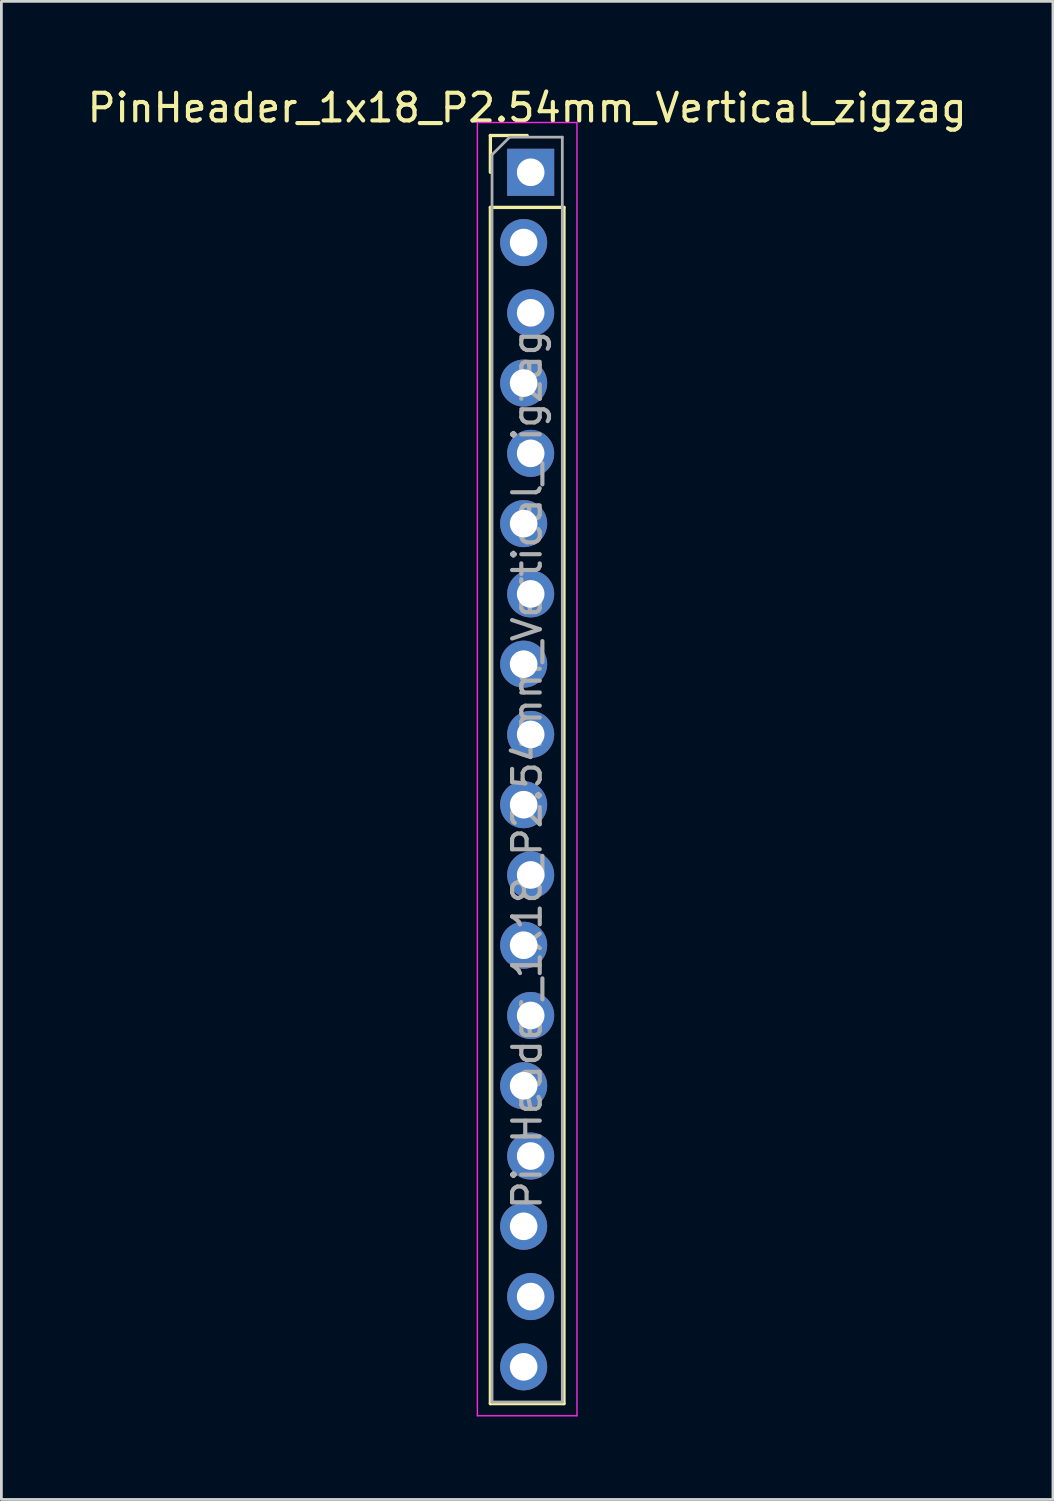
<source format=kicad_pcb>
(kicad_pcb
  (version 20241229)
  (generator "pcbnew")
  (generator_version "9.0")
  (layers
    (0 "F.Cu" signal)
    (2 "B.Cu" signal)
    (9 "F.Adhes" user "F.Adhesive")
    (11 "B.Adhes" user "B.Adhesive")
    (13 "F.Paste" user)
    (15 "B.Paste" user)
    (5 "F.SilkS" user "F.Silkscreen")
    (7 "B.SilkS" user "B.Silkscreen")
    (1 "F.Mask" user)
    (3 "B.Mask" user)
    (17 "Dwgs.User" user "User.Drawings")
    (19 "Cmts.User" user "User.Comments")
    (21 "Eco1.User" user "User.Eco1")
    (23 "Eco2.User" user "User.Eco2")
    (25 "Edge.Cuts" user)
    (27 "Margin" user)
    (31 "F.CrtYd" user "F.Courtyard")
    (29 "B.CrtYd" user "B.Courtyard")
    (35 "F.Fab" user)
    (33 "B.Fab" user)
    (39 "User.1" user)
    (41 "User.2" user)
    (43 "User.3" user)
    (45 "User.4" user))
  (footprint "PinHeader_1x18_P2.54mm_Vertical_zigzag"
    (layer "F.Cu")
    (at 16.006 3.178)
    (property "Reference" "PinHeader_1x18_P2.54mm_Vertical_zigzag" (at 0 -2.33 0) (layer "F.SilkS") (effects (font (size 1 1) (thickness 0.15))))
    (attr through_hole)
    (fp_line (start -1.33 -1.33) (end 0 -1.33) (stroke (width 0.12) (type solid)) (layer "F.SilkS"))
    (fp_line (start -1.33 0) (end -1.33 -1.33) (stroke (width 0.12) (type solid)) (layer "F.SilkS"))
    (fp_line (start -1.33 1.27) (end -1.33 44.51) (stroke (width 0.12) (type solid)) (layer "F.SilkS"))
    (fp_line (start -1.33 1.27) (end 1.33 1.27) (stroke (width 0.12) (type solid)) (layer "F.SilkS"))
    (fp_line (start -1.33 44.51) (end 1.33 44.51) (stroke (width 0.12) (type solid)) (layer "F.SilkS"))
    (fp_line (start 1.33 1.27) (end 1.33 44.51) (stroke (width 0.12) (type solid)) (layer "F.SilkS"))
    (fp_line (start -1.8 -1.8) (end -1.8 44.95) (stroke (width 0.05) (type solid)) (layer "F.CrtYd"))
    (fp_line (start -1.8 44.95) (end 1.8 44.95) (stroke (width 0.05) (type solid)) (layer "F.CrtYd"))
    (fp_line (start 1.8 -1.8) (end -1.8 -1.8) (stroke (width 0.05) (type solid)) (layer "F.CrtYd"))
    (fp_line (start 1.8 44.95) (end 1.8 -1.8) (stroke (width 0.05) (type solid)) (layer "F.CrtYd"))
    (fp_line (start -1.27 -0.635) (end -0.635 -1.27) (stroke (width 0.1) (type solid)) (layer "F.Fab"))
    (fp_line (start -1.27 44.45) (end -1.27 -0.635) (stroke (width 0.1) (type solid)) (layer "F.Fab"))
    (fp_line (start -0.635 -1.27) (end 1.27 -1.27) (stroke (width 0.1) (type solid)) (layer "F.Fab"))
    (fp_line (start 1.27 -1.27) (end 1.27 44.45) (stroke (width 0.1) (type solid)) (layer "F.Fab"))
    (fp_line (start 1.27 44.45) (end -1.27 44.45) (stroke (width 0.1) (type solid)) (layer "F.Fab"))
    (fp_text user "${REFERENCE}" (at 0 21.59 90) (layer "F.Fab") (effects (font (size 1 1) (thickness 0.15))))
    (pad "1" thru_hole rect (at 0.127 0) (size 1.7 1.7) (drill 1) (layers "*.Cu" "*.Mask"))
    (pad "2" thru_hole oval (at -0.127 2.54) (size 1.7 1.7) (drill 1) (layers "*.Cu" "*.Mask"))
    (pad "3" thru_hole oval (at 0.127 5.08) (size 1.7 1.7) (drill 1) (layers "*.Cu" "*.Mask"))
    (pad "4" thru_hole oval (at -0.127 7.62) (size 1.7 1.7) (drill 1) (layers "*.Cu" "*.Mask"))
    (pad "5" thru_hole oval (at 0.127 10.16) (size 1.7 1.7) (drill 1) (layers "*.Cu" "*.Mask"))
    (pad "6" thru_hole oval (at -0.127 12.7) (size 1.7 1.7) (drill 1) (layers "*.Cu" "*.Mask"))
    (pad "7" thru_hole oval (at 0.127 15.24) (size 1.7 1.7) (drill 1) (layers "*.Cu" "*.Mask"))
    (pad "8" thru_hole oval (at -0.127 17.78) (size 1.7 1.7) (drill 1) (layers "*.Cu" "*.Mask"))
    (pad "9" thru_hole oval (at 0.127 20.32) (size 1.7 1.7) (drill 1) (layers "*.Cu" "*.Mask"))
    (pad "10" thru_hole oval (at -0.127 22.86) (size 1.7 1.7) (drill 1) (layers "*.Cu" "*.Mask"))
    (pad "11" thru_hole oval (at 0.127 25.4) (size 1.7 1.7) (drill 1) (layers "*.Cu" "*.Mask"))
    (pad "12" thru_hole oval (at -0.127 27.94) (size 1.7 1.7) (drill 1) (layers "*.Cu" "*.Mask"))
    (pad "13" thru_hole oval (at 0.127 30.48) (size 1.7 1.7) (drill 1) (layers "*.Cu" "*.Mask"))
    (pad "14" thru_hole oval (at -0.127 33.02) (size 1.7 1.7) (drill 1) (layers "*.Cu" "*.Mask"))
    (pad "15" thru_hole oval (at 0.127 35.56) (size 1.7 1.7) (drill 1) (layers "*.Cu" "*.Mask"))
    (pad "16" thru_hole oval (at -0.127 38.1) (size 1.7 1.7) (drill 1) (layers "*.Cu" "*.Mask"))
    (pad "17" thru_hole oval (at 0.127 40.64) (size 1.7 1.7) (drill 1) (layers "*.Cu" "*.Mask"))
    (pad "18" thru_hole oval (at -0.127 43.18) (size 1.7 1.7) (drill 1) (layers "*.Cu" "*.Mask")))
  (gr_rect
    (start -3 -3)
    (end 35.012 51.153)
    (stroke (width 0.1) (type default))
    (fill no)
    (layer "Edge.Cuts")))
</source>
